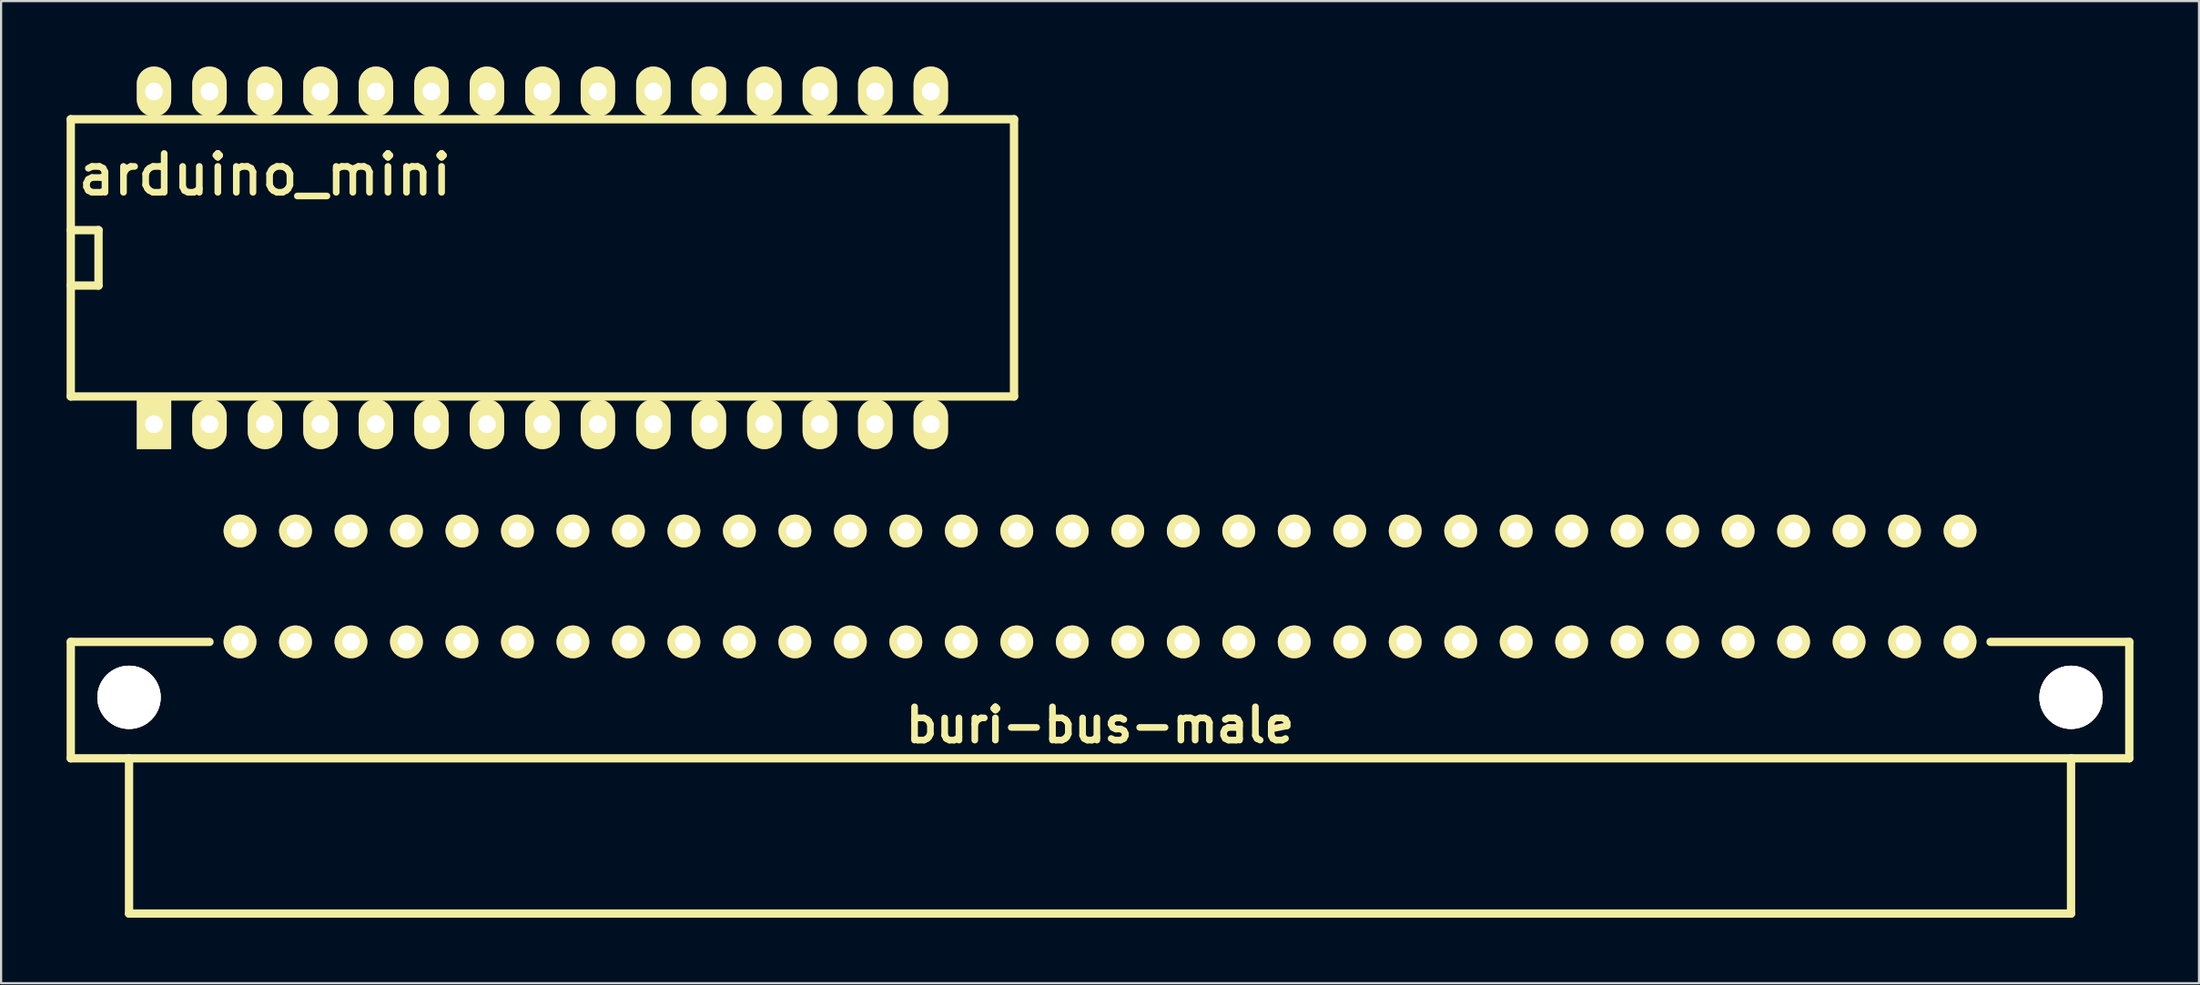
<source format=kicad_pcb>
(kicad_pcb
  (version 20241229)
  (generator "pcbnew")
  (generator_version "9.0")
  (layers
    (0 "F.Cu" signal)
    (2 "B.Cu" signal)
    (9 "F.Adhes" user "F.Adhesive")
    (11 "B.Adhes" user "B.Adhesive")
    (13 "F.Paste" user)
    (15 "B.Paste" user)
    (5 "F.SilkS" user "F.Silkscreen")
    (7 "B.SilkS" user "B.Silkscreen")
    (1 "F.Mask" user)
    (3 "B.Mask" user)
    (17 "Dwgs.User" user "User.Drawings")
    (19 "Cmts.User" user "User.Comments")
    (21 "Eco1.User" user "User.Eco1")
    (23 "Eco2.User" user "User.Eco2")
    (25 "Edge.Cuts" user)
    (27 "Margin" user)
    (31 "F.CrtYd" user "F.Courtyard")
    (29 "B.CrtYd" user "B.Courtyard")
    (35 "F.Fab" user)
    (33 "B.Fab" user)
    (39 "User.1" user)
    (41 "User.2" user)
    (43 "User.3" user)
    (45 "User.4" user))
  (footprint "arduino_mini"
    (layer "F.Cu")
    (at 23.05 8.763)
    (property "Reference" "arduino_mini" (at -13.97 -3.81 0) (layer "F.SilkS") (effects (font (size 1.778 1.778) (thickness 0.305))))
    (attr through_hole)
    (fp_line (start -22.86 -6.35) (end 20.32 -6.35) (stroke (width 0.381) (type solid)) (layer "F.SilkS"))
    (fp_line (start -22.86 1.27) (end -21.59 1.27) (stroke (width 0.381) (type solid)) (layer "F.SilkS"))
    (fp_line (start -22.86 6.35) (end -22.86 -6.35) (stroke (width 0.381) (type solid)) (layer "F.SilkS"))
    (fp_line (start -21.59 -1.27) (end -22.86 -1.27) (stroke (width 0.381) (type solid)) (layer "F.SilkS"))
    (fp_line (start -21.59 1.27) (end -21.59 -1.27) (stroke (width 0.381) (type solid)) (layer "F.SilkS"))
    (fp_line (start 20.32 -6.35) (end 20.32 6.35) (stroke (width 0.381) (type solid)) (layer "F.SilkS"))
    (fp_line (start 20.32 6.35) (end -22.86 6.35) (stroke (width 0.381) (type solid)) (layer "F.SilkS"))
    (pad "1" thru_hole rect (at -19.05 7.62) (size 1.575 2.286) (drill 0.813) (layers "*.Cu" "*.Mask" "F.SilkS"))
    (pad "2" thru_hole oval (at -16.51 7.62) (size 1.575 2.286) (drill 0.813) (layers "*.Cu" "*.Mask" "F.SilkS"))
    (pad "3" thru_hole oval (at -13.97 7.62) (size 1.575 2.286) (drill 0.813) (layers "*.Cu" "*.Mask" "F.SilkS"))
    (pad "4" thru_hole oval (at -11.43 7.62) (size 1.575 2.286) (drill 0.813) (layers "*.Cu" "*.Mask" "F.SilkS"))
    (pad "5" thru_hole oval (at -8.89 7.62) (size 1.575 2.286) (drill 0.813) (layers "*.Cu" "*.Mask" "F.SilkS"))
    (pad "6" thru_hole oval (at -6.35 7.62) (size 1.575 2.286) (drill 0.813) (layers "*.Cu" "*.Mask" "F.SilkS"))
    (pad "7" thru_hole oval (at -3.81 7.62) (size 1.575 2.286) (drill 0.813) (layers "*.Cu" "*.Mask" "F.SilkS"))
    (pad "8" thru_hole oval (at -1.27 7.62) (size 1.575 2.286) (drill 0.813) (layers "*.Cu" "*.Mask" "F.SilkS"))
    (pad "9" thru_hole oval (at 1.27 7.62) (size 1.575 2.286) (drill 0.813) (layers "*.Cu" "*.Mask" "F.SilkS"))
    (pad "10" thru_hole oval (at 3.81 7.62) (size 1.575 2.286) (drill 0.813) (layers "*.Cu" "*.Mask" "F.SilkS"))
    (pad "11" thru_hole oval (at 6.35 7.62) (size 1.575 2.286) (drill 0.813) (layers "*.Cu" "*.Mask" "F.SilkS"))
    (pad "12" thru_hole oval (at 8.89 7.62) (size 1.575 2.286) (drill 0.813) (layers "*.Cu" "*.Mask" "F.SilkS"))
    (pad "13" thru_hole oval (at 11.43 7.62) (size 1.575 2.286) (drill 0.813) (layers "*.Cu" "*.Mask" "F.SilkS"))
    (pad "14" thru_hole oval (at 13.97 7.62) (size 1.575 2.286) (drill 0.813) (layers "*.Cu" "*.Mask" "F.SilkS"))
    (pad "15" thru_hole oval (at 16.51 7.62) (size 1.575 2.286) (drill 0.813) (layers "*.Cu" "*.Mask" "F.SilkS"))
    (pad "16" thru_hole oval (at 16.51 -7.62) (size 1.575 2.286) (drill 0.813) (layers "*.Cu" "*.Mask" "F.SilkS"))
    (pad "17" thru_hole oval (at 13.97 -7.62) (size 1.575 2.286) (drill 0.813) (layers "*.Cu" "*.Mask" "F.SilkS"))
    (pad "18" thru_hole oval (at 11.43 -7.62) (size 1.575 2.286) (drill 0.813) (layers "*.Cu" "*.Mask" "F.SilkS"))
    (pad "19" thru_hole oval (at 8.89 -7.62) (size 1.575 2.286) (drill 0.813) (layers "*.Cu" "*.Mask" "F.SilkS"))
    (pad "20" thru_hole oval (at 6.35 -7.62) (size 1.575 2.286) (drill 0.813) (layers "*.Cu" "*.Mask" "F.SilkS"))
    (pad "21" thru_hole oval (at 3.81 -7.62) (size 1.575 2.286) (drill 0.813) (layers "*.Cu" "*.Mask" "F.SilkS"))
    (pad "22" thru_hole oval (at 1.27 -7.62) (size 1.575 2.286) (drill 0.813) (layers "*.Cu" "*.Mask" "F.SilkS"))
    (pad "23" thru_hole oval (at -1.27 -7.62) (size 1.575 2.286) (drill 0.813) (layers "*.Cu" "*.Mask" "F.SilkS"))
    (pad "24" thru_hole oval (at -3.81 -7.62) (size 1.575 2.286) (drill 0.813) (layers "*.Cu" "*.Mask" "F.SilkS"))
    (pad "25" thru_hole oval (at -6.35 -7.62) (size 1.575 2.286) (drill 0.813) (layers "*.Cu" "*.Mask" "F.SilkS"))
    (pad "26" thru_hole oval (at -8.89 -7.62) (size 1.575 2.286) (drill 0.813) (layers "*.Cu" "*.Mask" "F.SilkS"))
    (pad "27" thru_hole oval (at -11.43 -7.62) (size 1.575 2.286) (drill 0.813) (layers "*.Cu" "*.Mask" "F.SilkS"))
    (pad "28" thru_hole oval (at -13.97 -7.62) (size 1.575 2.286) (drill 0.813) (layers "*.Cu" "*.Mask" "F.SilkS"))
    (pad "29" thru_hole oval (at -16.51 -7.62) (size 1.575 2.286) (drill 0.813) (layers "*.Cu" "*.Mask" "F.SilkS"))
    (pad "30" thru_hole oval (at -19.05 -7.62) (size 1.575 2.286) (drill 0.813) (layers "*.Cu" "*.Mask" "F.SilkS")))
  (footprint "buri-bus-male"
    (layer "F.Cu")
    (at 47.307 23.817)
    (property "Reference" "buri-bus-male" (at 0 6.35 0) (layer "F.SilkS") (effects (font (size 1.524 1.524) (thickness 0.305))))
    (attr through_hole)
    (fp_line (start -47.117 2.54) (end -40.767 2.54) (stroke (width 0.381) (type solid)) (layer "F.SilkS"))
    (fp_line (start -47.117 7.874) (end -47.117 2.54) (stroke (width 0.381) (type solid)) (layer "F.SilkS"))
    (fp_line (start -44.45 14.986) (end -44.45 7.874) (stroke (width 0.381) (type solid)) (layer "F.SilkS"))
    (fp_line (start 44.45 7.874) (end 44.45 14.986) (stroke (width 0.381) (type solid)) (layer "F.SilkS"))
    (fp_line (start 44.45 14.986) (end -44.45 14.986) (stroke (width 0.381) (type solid)) (layer "F.SilkS"))
    (fp_line (start 47.117 2.54) (end 40.767 2.54) (stroke (width 0.381) (type solid)) (layer "F.SilkS"))
    (fp_line (start 47.117 2.54) (end 47.117 7.874) (stroke (width 0.381) (type solid)) (layer "F.SilkS"))
    (fp_line (start 47.117 7.874) (end -47.117 7.874) (stroke (width 0.381) (type solid)) (layer "F.SilkS"))
    (pad "1" thru_hole circle (at -44.45 5.08) (size 2.901 2.901) (drill 2.901) (layers "*.Cu" "*.Mask" "F.SilkS"))
    (pad "1" thru_hole circle (at 44.45 5.08) (size 2.901 2.901) (drill 2.901) (layers "*.Cu" "*.Mask" "F.SilkS"))
    (pad "1a" thru_hole circle (at 39.37 -2.54 180) (size 1.501 1.501) (drill 0.8) (layers "*.Cu" "*.Mask" "F.SilkS"))
    (pad "1c" thru_hole circle (at 39.37 2.54 180) (size 1.501 1.501) (drill 0.8) (layers "*.Cu" "*.Mask" "F.SilkS"))
    (pad "2a" thru_hole circle (at 36.83 -2.54 180) (size 1.501 1.501) (drill 0.8) (layers "*.Cu" "*.Mask" "F.SilkS"))
    (pad "2c" thru_hole circle (at 36.83 2.54 180) (size 1.501 1.501) (drill 0.8) (layers "*.Cu" "*.Mask" "F.SilkS"))
    (pad "3a" thru_hole circle (at 34.29 -2.54 180) (size 1.501 1.501) (drill 0.8) (layers "*.Cu" "*.Mask" "F.SilkS"))
    (pad "3c" thru_hole circle (at 34.29 2.54 180) (size 1.501 1.501) (drill 0.8) (layers "*.Cu" "*.Mask" "F.SilkS"))
    (pad "4a" thru_hole circle (at 31.75 -2.54 180) (size 1.501 1.501) (drill 0.8) (layers "*.Cu" "*.Mask" "F.SilkS"))
    (pad "4c" thru_hole circle (at 31.75 2.54 180) (size 1.501 1.501) (drill 0.8) (layers "*.Cu" "*.Mask" "F.SilkS"))
    (pad "5a" thru_hole circle (at 29.21 -2.54 180) (size 1.501 1.501) (drill 0.8) (layers "*.Cu" "*.Mask" "F.SilkS"))
    (pad "5c" thru_hole circle (at 29.21 2.54 180) (size 1.501 1.501) (drill 0.8) (layers "*.Cu" "*.Mask" "F.SilkS"))
    (pad "6a" thru_hole circle (at 26.67 -2.54 180) (size 1.501 1.501) (drill 0.8) (layers "*.Cu" "*.Mask" "F.SilkS"))
    (pad "6c" thru_hole circle (at 26.67 2.54 180) (size 1.501 1.501) (drill 0.8) (layers "*.Cu" "*.Mask" "F.SilkS"))
    (pad "7a" thru_hole circle (at 24.13 -2.54 180) (size 1.501 1.501) (drill 0.8) (layers "*.Cu" "*.Mask" "F.SilkS"))
    (pad "7c" thru_hole circle (at 24.13 2.54 180) (size 1.501 1.501) (drill 0.8) (layers "*.Cu" "*.Mask" "F.SilkS"))
    (pad "8a" thru_hole circle (at 21.59 -2.54 180) (size 1.501 1.501) (drill 0.8) (layers "*.Cu" "*.Mask" "F.SilkS"))
    (pad "8c" thru_hole circle (at 21.59 2.54 180) (size 1.501 1.501) (drill 0.8) (layers "*.Cu" "*.Mask" "F.SilkS"))
    (pad "9a" thru_hole circle (at 19.05 -2.54 180) (size 1.501 1.501) (drill 0.8) (layers "*.Cu" "*.Mask" "F.SilkS"))
    (pad "9c" thru_hole circle (at 19.05 2.54 180) (size 1.501 1.501) (drill 0.8) (layers "*.Cu" "*.Mask" "F.SilkS"))
    (pad "10a" thru_hole circle (at 16.51 -2.54 180) (size 1.501 1.501) (drill 0.8) (layers "*.Cu" "*.Mask" "F.SilkS"))
    (pad "10c" thru_hole circle (at 16.51 2.54 180) (size 1.501 1.501) (drill 0.8) (layers "*.Cu" "*.Mask" "F.SilkS"))
    (pad "11a" thru_hole circle (at 13.97 -2.54 180) (size 1.501 1.501) (drill 0.8) (layers "*.Cu" "*.Mask" "F.SilkS"))
    (pad "11c" thru_hole circle (at 13.97 2.54 180) (size 1.501 1.501) (drill 0.8) (layers "*.Cu" "*.Mask" "F.SilkS"))
    (pad "12a" thru_hole circle (at 11.43 -2.54 180) (size 1.501 1.501) (drill 0.8) (layers "*.Cu" "*.Mask" "F.SilkS"))
    (pad "12c" thru_hole circle (at 11.43 2.54 180) (size 1.501 1.501) (drill 0.8) (layers "*.Cu" "*.Mask" "F.SilkS"))
    (pad "13a" thru_hole circle (at 8.89 -2.54 180) (size 1.501 1.501) (drill 0.8) (layers "*.Cu" "*.Mask" "F.SilkS"))
    (pad "13c" thru_hole circle (at 8.89 2.54 180) (size 1.501 1.501) (drill 0.8) (layers "*.Cu" "*.Mask" "F.SilkS"))
    (pad "14a" thru_hole circle (at 6.35 -2.54 180) (size 1.501 1.501) (drill 0.8) (layers "*.Cu" "*.Mask" "F.SilkS"))
    (pad "14c" thru_hole circle (at 6.35 2.54 180) (size 1.501 1.501) (drill 0.8) (layers "*.Cu" "*.Mask" "F.SilkS"))
    (pad "15a" thru_hole circle (at 3.81 -2.54 180) (size 1.501 1.501) (drill 0.8) (layers "*.Cu" "*.Mask" "F.SilkS"))
    (pad "15c" thru_hole circle (at 3.81 2.54 180) (size 1.501 1.501) (drill 0.8) (layers "*.Cu" "*.Mask" "F.SilkS"))
    (pad "16a" thru_hole circle (at 1.27 -2.54 180) (size 1.501 1.501) (drill 0.8) (layers "*.Cu" "*.Mask" "F.SilkS"))
    (pad "16c" thru_hole circle (at 1.27 2.54 180) (size 1.501 1.501) (drill 0.8) (layers "*.Cu" "*.Mask" "F.SilkS"))
    (pad "17a" thru_hole circle (at -1.27 -2.54 180) (size 1.501 1.501) (drill 0.8) (layers "*.Cu" "*.Mask" "F.SilkS"))
    (pad "17c" thru_hole circle (at -1.27 2.54 180) (size 1.501 1.501) (drill 0.8) (layers "*.Cu" "*.Mask" "F.SilkS"))
    (pad "18a" thru_hole circle (at -3.81 -2.54 180) (size 1.501 1.501) (drill 0.8) (layers "*.Cu" "*.Mask" "F.SilkS"))
    (pad "18c" thru_hole circle (at -3.81 2.54 180) (size 1.501 1.501) (drill 0.8) (layers "*.Cu" "*.Mask" "F.SilkS"))
    (pad "19a" thru_hole circle (at -6.35 -2.54 180) (size 1.501 1.501) (drill 0.8) (layers "*.Cu" "*.Mask" "F.SilkS"))
    (pad "19c" thru_hole circle (at -6.35 2.54 180) (size 1.501 1.501) (drill 0.8) (layers "*.Cu" "*.Mask" "F.SilkS"))
    (pad "20a" thru_hole circle (at -8.89 -2.54 180) (size 1.501 1.501) (drill 0.8) (layers "*.Cu" "*.Mask" "F.SilkS"))
    (pad "20c" thru_hole circle (at -8.89 2.54 180) (size 1.501 1.501) (drill 0.8) (layers "*.Cu" "*.Mask" "F.SilkS"))
    (pad "21a" thru_hole circle (at -11.43 -2.54 180) (size 1.501 1.501) (drill 0.8) (layers "*.Cu" "*.Mask" "F.SilkS"))
    (pad "21c" thru_hole circle (at -11.43 2.54 180) (size 1.501 1.501) (drill 0.8) (layers "*.Cu" "*.Mask" "F.SilkS"))
    (pad "22a" thru_hole circle (at -13.97 -2.54 180) (size 1.501 1.501) (drill 0.8) (layers "*.Cu" "*.Mask" "F.SilkS"))
    (pad "22c" thru_hole circle (at -13.97 2.54 180) (size 1.501 1.501) (drill 0.8) (layers "*.Cu" "*.Mask" "F.SilkS"))
    (pad "23a" thru_hole circle (at -16.51 -2.54 180) (size 1.501 1.501) (drill 0.8) (layers "*.Cu" "*.Mask" "F.SilkS"))
    (pad "23c" thru_hole circle (at -16.51 2.54 180) (size 1.501 1.501) (drill 0.8) (layers "*.Cu" "*.Mask" "F.SilkS"))
    (pad "24a" thru_hole circle (at -19.05 -2.54 180) (size 1.501 1.501) (drill 0.8) (layers "*.Cu" "*.Mask" "F.SilkS"))
    (pad "24c" thru_hole circle (at -19.05 2.54 180) (size 1.501 1.501) (drill 0.8) (layers "*.Cu" "*.Mask" "F.SilkS"))
    (pad "25a" thru_hole circle (at -21.59 -2.54 180) (size 1.501 1.501) (drill 0.8) (layers "*.Cu" "*.Mask" "F.SilkS"))
    (pad "25c" thru_hole circle (at -21.59 2.54 180) (size 1.501 1.501) (drill 0.8) (layers "*.Cu" "*.Mask" "F.SilkS"))
    (pad "26a" thru_hole circle (at -24.13 -2.54 180) (size 1.501 1.501) (drill 0.8) (layers "*.Cu" "*.Mask" "F.SilkS"))
    (pad "26c" thru_hole circle (at -24.13 2.54 180) (size 1.501 1.501) (drill 0.8) (layers "*.Cu" "*.Mask" "F.SilkS"))
    (pad "27a" thru_hole circle (at -26.67 -2.54 180) (size 1.501 1.501) (drill 0.8) (layers "*.Cu" "*.Mask" "F.SilkS"))
    (pad "27c" thru_hole circle (at -26.67 2.54 180) (size 1.501 1.501) (drill 0.8) (layers "*.Cu" "*.Mask" "F.SilkS"))
    (pad "28a" thru_hole circle (at -29.21 -2.54 180) (size 1.501 1.501) (drill 0.8) (layers "*.Cu" "*.Mask" "F.SilkS"))
    (pad "28c" thru_hole circle (at -29.21 2.54 180) (size 1.501 1.501) (drill 0.8) (layers "*.Cu" "*.Mask" "F.SilkS"))
    (pad "29a" thru_hole circle (at -31.75 -2.54 180) (size 1.501 1.501) (drill 0.8) (layers "*.Cu" "*.Mask" "F.SilkS"))
    (pad "29c" thru_hole circle (at -31.75 2.54 180) (size 1.501 1.501) (drill 0.8) (layers "*.Cu" "*.Mask" "F.SilkS"))
    (pad "30a" thru_hole circle (at -34.29 -2.54 180) (size 1.501 1.501) (drill 0.8) (layers "*.Cu" "*.Mask" "F.SilkS"))
    (pad "30c" thru_hole circle (at -34.29 2.54 180) (size 1.501 1.501) (drill 0.8) (layers "*.Cu" "*.Mask" "F.SilkS"))
    (pad "31a" thru_hole circle (at -36.83 -2.54 180) (size 1.501 1.501) (drill 0.8) (layers "*.Cu" "*.Mask" "F.SilkS"))
    (pad "31c" thru_hole circle (at -36.83 2.54 180) (size 1.501 1.501) (drill 0.8) (layers "*.Cu" "*.Mask" "F.SilkS"))
    (pad "32a" thru_hole circle (at -39.37 -2.54 180) (size 1.501 1.501) (drill 0.8) (layers "*.Cu" "*.Mask" "F.SilkS"))
    (pad "32c" thru_hole circle (at -39.37 2.54 180) (size 1.501 1.501) (drill 0.8) (layers "*.Cu" "*.Mask" "F.SilkS")))
  (gr_rect
    (start -3 -3)
    (end 97.615 41.993)
    (stroke (width 0.1) (type default))
    (fill no)
    (layer "Edge.Cuts")))
</source>
